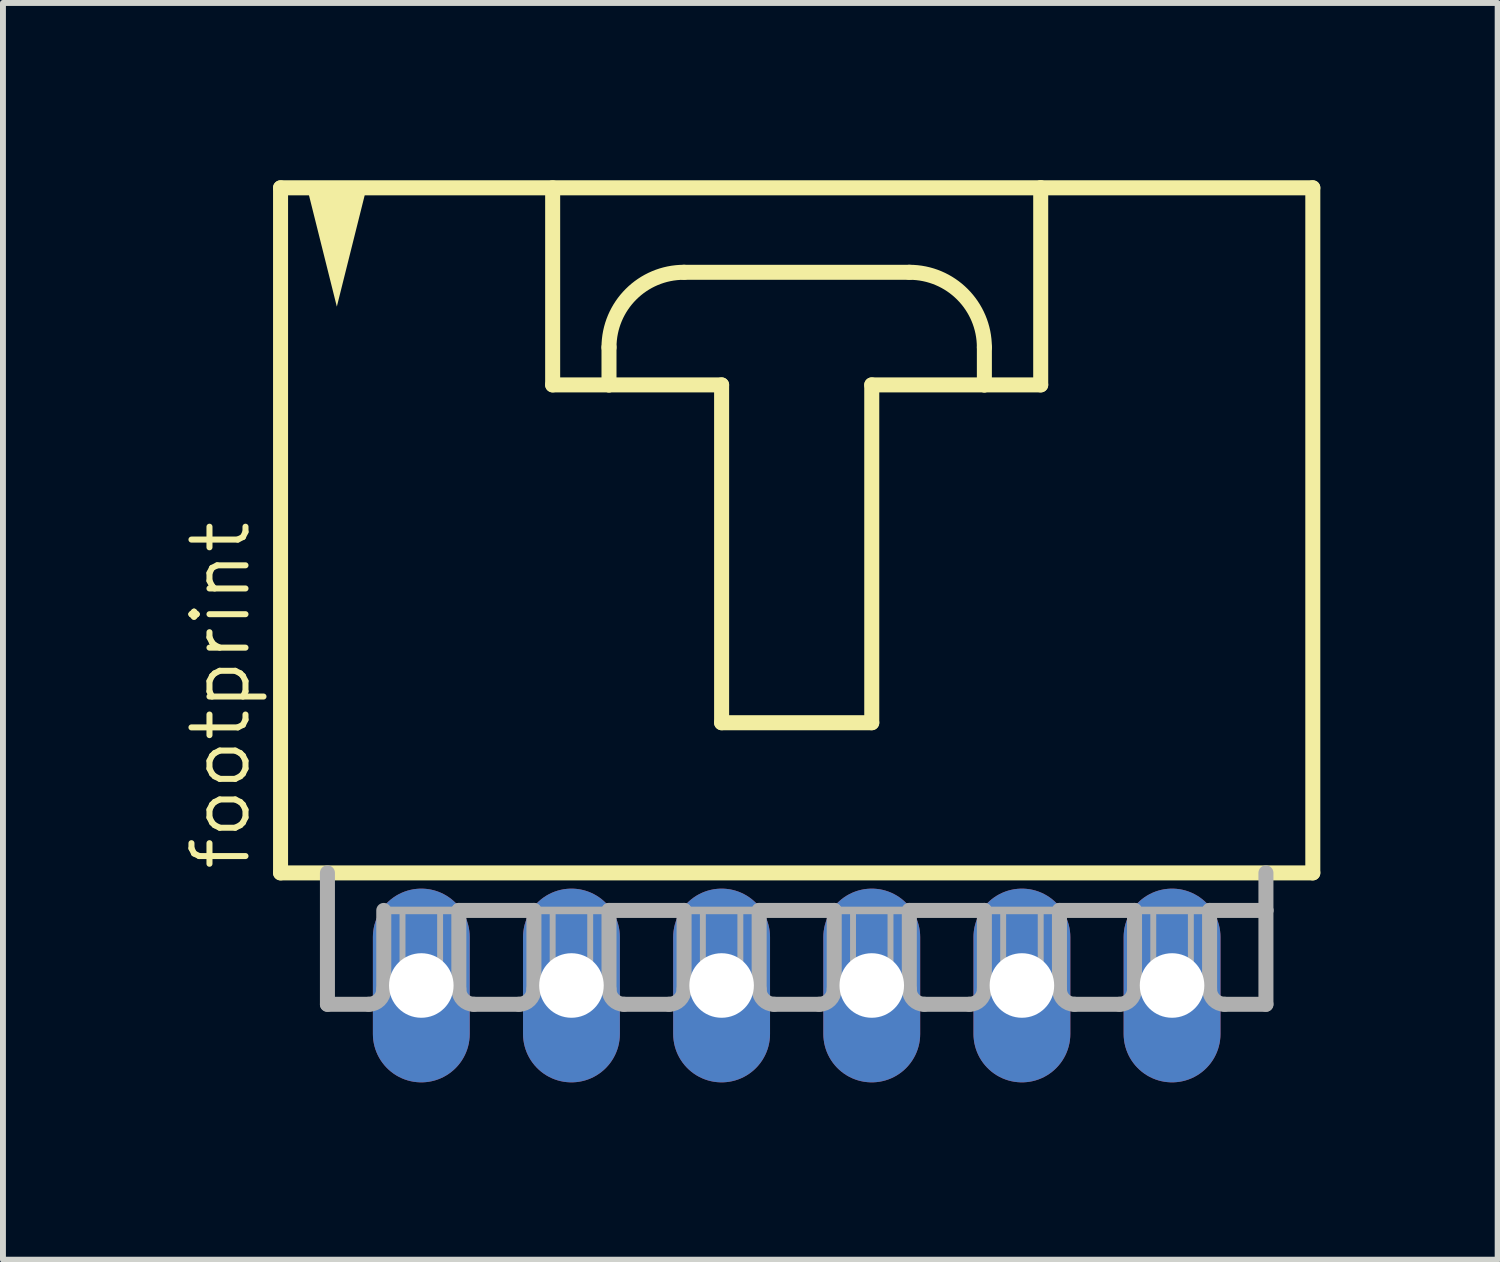
<source format=kicad_pcb>
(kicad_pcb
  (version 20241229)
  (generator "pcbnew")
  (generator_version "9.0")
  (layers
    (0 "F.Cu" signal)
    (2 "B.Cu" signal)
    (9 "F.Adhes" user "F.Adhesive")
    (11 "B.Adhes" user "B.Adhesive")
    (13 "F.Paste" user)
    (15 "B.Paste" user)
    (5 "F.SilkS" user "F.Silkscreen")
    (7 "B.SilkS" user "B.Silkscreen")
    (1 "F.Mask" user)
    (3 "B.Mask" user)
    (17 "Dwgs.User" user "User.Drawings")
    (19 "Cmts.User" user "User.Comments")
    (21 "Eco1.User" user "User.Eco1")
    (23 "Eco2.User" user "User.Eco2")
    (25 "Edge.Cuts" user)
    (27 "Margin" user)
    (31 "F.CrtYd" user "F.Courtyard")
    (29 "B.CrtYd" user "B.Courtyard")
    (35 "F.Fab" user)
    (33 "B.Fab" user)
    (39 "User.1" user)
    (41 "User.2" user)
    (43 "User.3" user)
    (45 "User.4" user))
  (footprint "footprint"
    (layer "F.Cu")
    (at 10.427 6.001)
    (property "Reference" "footprint" (at -9.207 5.715 90) (layer "F.SilkS") (effects (font (size 0.914 0.914) (thickness 0.102)) (justify left bottom)))
    (fp_line (start -8.731 -5.874) (end -8.731 5.715) (stroke (width 0.254) (type solid)) (layer "F.SilkS"))
    (fp_line (start -8.731 5.715) (end 8.731 5.715) (stroke (width 0.254) (type solid)) (layer "F.SilkS"))
    (fp_line (start -4.128 -5.874) (end -4.128 -2.54) (stroke (width 0.254) (type solid)) (layer "F.SilkS"))
    (fp_line (start -4.128 -2.54) (end -3.175 -2.54) (stroke (width 0.254) (type solid)) (layer "F.SilkS"))
    (fp_line (start -3.175 -2.54) (end -3.175 -3.175) (stroke (width 0.254) (type solid)) (layer "F.SilkS"))
    (fp_line (start -3.175 -2.54) (end -1.27 -2.54) (stroke (width 0.254) (type solid)) (layer "F.SilkS"))
    (fp_line (start -1.905 -4.445) (end 1.905 -4.445) (stroke (width 0.254) (type solid)) (layer "F.SilkS"))
    (fp_line (start -1.27 -2.54) (end -1.27 3.175) (stroke (width 0.254) (type solid)) (layer "F.SilkS"))
    (fp_line (start -1.27 3.175) (end 1.27 3.175) (stroke (width 0.254) (type solid)) (layer "F.SilkS"))
    (fp_line (start 1.27 -2.54) (end 3.175 -2.54) (stroke (width 0.254) (type solid)) (layer "F.SilkS"))
    (fp_line (start 1.27 3.175) (end 1.27 -2.54) (stroke (width 0.254) (type solid)) (layer "F.SilkS"))
    (fp_line (start 3.175 -3.175) (end 3.175 -2.54) (stroke (width 0.254) (type solid)) (layer "F.SilkS"))
    (fp_line (start 3.175 -2.54) (end 4.128 -2.54) (stroke (width 0.254) (type solid)) (layer "F.SilkS"))
    (fp_line (start 4.128 -5.874) (end -8.731 -5.874) (stroke (width 0.254) (type solid)) (layer "F.SilkS"))
    (fp_line (start 4.128 -2.54) (end 4.128 -5.874) (stroke (width 0.254) (type solid)) (layer "F.SilkS"))
    (fp_line (start 8.731 -5.874) (end 4.128 -5.874) (stroke (width 0.254) (type solid)) (layer "F.SilkS"))
    (fp_line (start 8.731 5.715) (end 8.731 -5.874) (stroke (width 0.254) (type solid)) (layer "F.SilkS"))
    (fp_arc (start -3.175 -3.175) (mid -2.803026 -4.073026) (end -1.905 -4.445) (stroke (width 0.254) (type solid)) (layer "F.SilkS"))
    (fp_arc (start 1.905 -4.445) (mid 2.803026 -4.073026) (end 3.175 -3.175) (stroke (width 0.254) (type solid)) (layer "F.SilkS"))
    (fp_poly (pts (xy -7.779 -3.864) (xy -8.288 -5.899) (xy -7.27 -5.899)) (stroke (width 0) (type solid)) (fill yes) (layer "F.SilkS"))
    (fp_line (start -7.938 5.715) (end -7.938 7.938) (stroke (width 0.254) (type solid)) (layer "F.Fab"))
    (fp_line (start -7.239 7.938) (end -7.938 7.938) (stroke (width 0.254) (type solid)) (layer "F.Fab"))
    (fp_line (start -6.985 6.35) (end -6.985 7.684) (stroke (width 0.254) (type solid)) (layer "F.Fab"))
    (fp_line (start -6.985 6.35) (end -5.715 6.35) (stroke (width 0.127) (type solid)) (layer "F.Fab"))
    (fp_line (start -5.715 6.35) (end -5.715 7.684) (stroke (width 0.254) (type solid)) (layer "F.Fab"))
    (fp_line (start -5.715 6.35) (end -4.445 6.35) (stroke (width 0.254) (type solid)) (layer "F.Fab"))
    (fp_line (start -4.699 7.938) (end -5.461 7.938) (stroke (width 0.254) (type solid)) (layer "F.Fab"))
    (fp_line (start -4.445 6.35) (end -4.445 7.684) (stroke (width 0.254) (type solid)) (layer "F.Fab"))
    (fp_line (start -4.445 6.35) (end -3.175 6.35) (stroke (width 0.127) (type solid)) (layer "F.Fab"))
    (fp_line (start -3.175 6.35) (end -3.175 7.684) (stroke (width 0.254) (type solid)) (layer "F.Fab"))
    (fp_line (start -3.175 6.35) (end -1.905 6.35) (stroke (width 0.254) (type solid)) (layer "F.Fab"))
    (fp_line (start -2.159 7.938) (end -2.921 7.938) (stroke (width 0.254) (type solid)) (layer "F.Fab"))
    (fp_line (start -1.905 6.35) (end -1.905 7.684) (stroke (width 0.254) (type solid)) (layer "F.Fab"))
    (fp_line (start -1.905 6.35) (end -0.635 6.35) (stroke (width 0.127) (type solid)) (layer "F.Fab"))
    (fp_line (start -0.635 6.35) (end -0.635 7.684) (stroke (width 0.254) (type solid)) (layer "F.Fab"))
    (fp_line (start -0.635 6.35) (end 0.635 6.35) (stroke (width 0.254) (type solid)) (layer "F.Fab"))
    (fp_line (start 0.381 7.938) (end -0.381 7.938) (stroke (width 0.254) (type solid)) (layer "F.Fab"))
    (fp_line (start 0.635 6.35) (end 0.635 7.684) (stroke (width 0.254) (type solid)) (layer "F.Fab"))
    (fp_line (start 0.635 6.35) (end 1.905 6.35) (stroke (width 0.127) (type solid)) (layer "F.Fab"))
    (fp_line (start 1.905 6.35) (end 1.905 7.684) (stroke (width 0.254) (type solid)) (layer "F.Fab"))
    (fp_line (start 1.905 6.35) (end 3.175 6.35) (stroke (width 0.254) (type solid)) (layer "F.Fab"))
    (fp_line (start 2.921 7.938) (end 2.159 7.938) (stroke (width 0.254) (type solid)) (layer "F.Fab"))
    (fp_line (start 3.175 6.35) (end 3.175 7.684) (stroke (width 0.254) (type solid)) (layer "F.Fab"))
    (fp_line (start 3.175 6.35) (end 4.445 6.35) (stroke (width 0.127) (type solid)) (layer "F.Fab"))
    (fp_line (start 4.445 6.35) (end 4.445 7.684) (stroke (width 0.254) (type solid)) (layer "F.Fab"))
    (fp_line (start 4.445 6.35) (end 5.715 6.35) (stroke (width 0.254) (type solid)) (layer "F.Fab"))
    (fp_line (start 5.461 7.938) (end 4.699 7.938) (stroke (width 0.254) (type solid)) (layer "F.Fab"))
    (fp_line (start 5.715 6.35) (end 5.715 7.684) (stroke (width 0.254) (type solid)) (layer "F.Fab"))
    (fp_line (start 5.715 6.35) (end 6.985 6.35) (stroke (width 0.127) (type solid)) (layer "F.Fab"))
    (fp_line (start 6.985 6.35) (end 6.985 7.684) (stroke (width 0.254) (type solid)) (layer "F.Fab"))
    (fp_line (start 6.985 6.35) (end 7.938 6.35) (stroke (width 0.254) (type solid)) (layer "F.Fab"))
    (fp_line (start 7.239 7.938) (end 7.938 7.938) (stroke (width 0.254) (type solid)) (layer "F.Fab"))
    (fp_line (start 7.938 6.35) (end 7.938 5.715) (stroke (width 0.254) (type solid)) (layer "F.Fab"))
    (fp_line (start 7.938 7.938) (end 7.938 6.35) (stroke (width 0.254) (type solid)) (layer "F.Fab"))
    (fp_arc (start -6.985 7.6835) (mid -7.059395 7.863105) (end -7.239 7.9375) (stroke (width 0.254) (type solid)) (layer "F.Fab"))
    (fp_arc (start -5.461 7.9375) (mid -5.640605 7.863105) (end -5.715 7.6835) (stroke (width 0.254) (type solid)) (layer "F.Fab"))
    (fp_arc (start -4.445 7.6835) (mid -4.519395 7.863105) (end -4.699 7.9375) (stroke (width 0.254) (type solid)) (layer "F.Fab"))
    (fp_arc (start -2.921 7.9375) (mid -3.100605 7.863105) (end -3.175 7.6835) (stroke (width 0.254) (type solid)) (layer "F.Fab"))
    (fp_arc (start -1.905 7.6835) (mid -1.979395 7.863105) (end -2.159 7.9375) (stroke (width 0.254) (type solid)) (layer "F.Fab"))
    (fp_arc (start -0.381 7.9375) (mid -0.560605 7.863105) (end -0.635 7.6835) (stroke (width 0.254) (type solid)) (layer "F.Fab"))
    (fp_arc (start 0.635 7.6835) (mid 0.560605 7.863105) (end 0.381 7.9375) (stroke (width 0.254) (type solid)) (layer "F.Fab"))
    (fp_arc (start 2.159 7.9375) (mid 1.979395 7.863105) (end 1.905 7.6835) (stroke (width 0.254) (type solid)) (layer "F.Fab"))
    (fp_arc (start 3.175 7.6835) (mid 3.100605 7.863105) (end 2.921 7.9375) (stroke (width 0.254) (type solid)) (layer "F.Fab"))
    (fp_arc (start 4.699 7.9375) (mid 4.519395 7.863105) (end 4.445 7.6835) (stroke (width 0.254) (type solid)) (layer "F.Fab"))
    (fp_arc (start 5.715 7.6835) (mid 5.640605 7.863105) (end 5.461 7.9375) (stroke (width 0.254) (type solid)) (layer "F.Fab"))
    (fp_arc (start 7.239 7.9375) (mid 7.059395 7.863105) (end 6.985 7.6835) (stroke (width 0.254) (type solid)) (layer "F.Fab"))
    (fp_poly (pts (xy -6.668 7.62) (xy -6.032 7.62) (xy -6.032 6.35) (xy -6.668 6.35)) (stroke (width 0.1) (type solid)) (fill no) (layer "F.Fab"))
    (fp_poly (pts (xy -4.128 7.62) (xy -3.493 7.62) (xy -3.493 6.35) (xy -4.128 6.35)) (stroke (width 0.1) (type solid)) (fill no) (layer "F.Fab"))
    (fp_poly (pts (xy -1.587 7.62) (xy -0.953 7.62) (xy -0.953 6.35) (xy -1.587 6.35)) (stroke (width 0.1) (type solid)) (fill no) (layer "F.Fab"))
    (fp_poly (pts (xy 0.953 7.62) (xy 1.587 7.62) (xy 1.587 6.35) (xy 0.953 6.35)) (stroke (width 0.1) (type solid)) (fill no) (layer "F.Fab"))
    (fp_poly (pts (xy 3.493 7.62) (xy 4.128 7.62) (xy 4.128 6.35) (xy 3.493 6.35)) (stroke (width 0.1) (type solid)) (fill no) (layer "F.Fab"))
    (fp_poly (pts (xy 6.032 7.62) (xy 6.668 7.62) (xy 6.668 6.35) (xy 6.032 6.35)) (stroke (width 0.1) (type solid)) (fill no) (layer "F.Fab"))
    (pad "1" thru_hole oval (at -6.35 7.62 90) (size 3.277 1.638) (drill 1.092) (layers "*.Cu" "*.Mask"))
    (pad "2" thru_hole oval (at -3.81 7.62 90) (size 3.277 1.638) (drill 1.092) (layers "*.Cu" "*.Mask"))
    (pad "3" thru_hole oval (at -1.27 7.62 90) (size 3.277 1.638) (drill 1.092) (layers "*.Cu" "*.Mask"))
    (pad "4" thru_hole oval (at 1.27 7.62 90) (size 3.277 1.638) (drill 1.092) (layers "*.Cu" "*.Mask"))
    (pad "5" thru_hole oval (at 3.81 7.62 90) (size 3.277 1.638) (drill 1.092) (layers "*.Cu" "*.Mask"))
    (pad "6" thru_hole oval (at 6.35 7.62 90) (size 3.277 1.638) (drill 1.092) (layers "*.Cu" "*.Mask")))
  (gr_rect
    (start -3 -3)
    (end 22.285 18.259)
    (stroke (width 0.1) (type default))
    (fill no)
    (layer "Edge.Cuts")))
</source>
